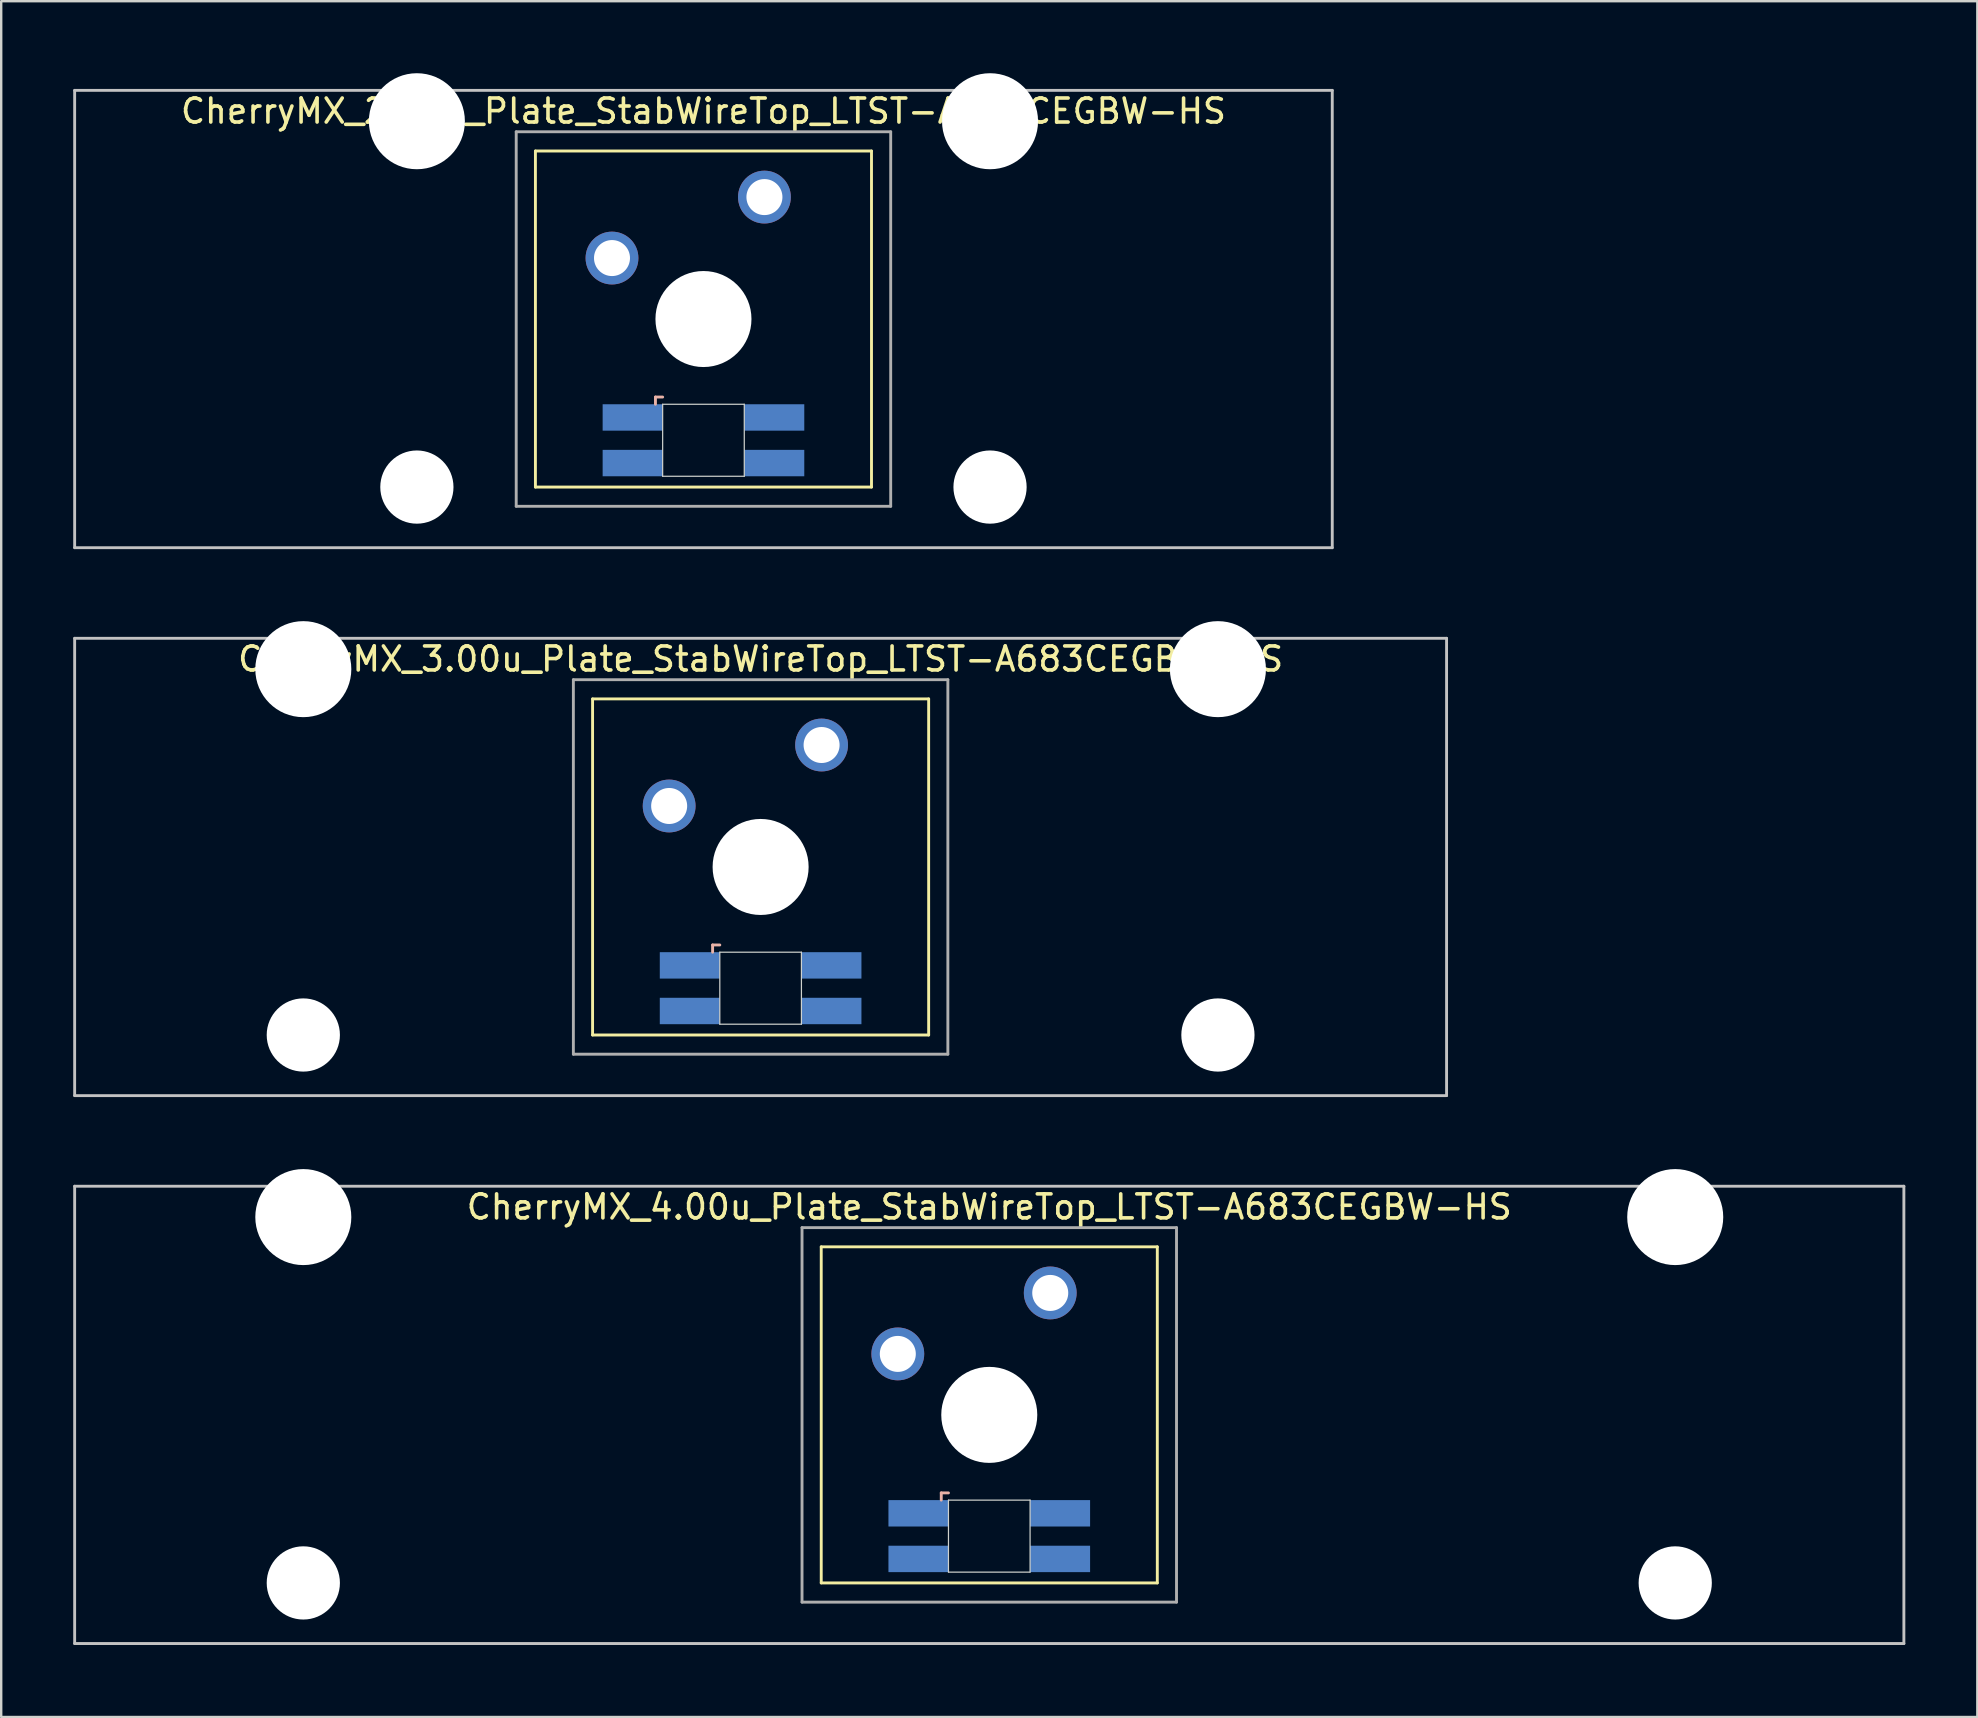
<source format=kicad_pcb>
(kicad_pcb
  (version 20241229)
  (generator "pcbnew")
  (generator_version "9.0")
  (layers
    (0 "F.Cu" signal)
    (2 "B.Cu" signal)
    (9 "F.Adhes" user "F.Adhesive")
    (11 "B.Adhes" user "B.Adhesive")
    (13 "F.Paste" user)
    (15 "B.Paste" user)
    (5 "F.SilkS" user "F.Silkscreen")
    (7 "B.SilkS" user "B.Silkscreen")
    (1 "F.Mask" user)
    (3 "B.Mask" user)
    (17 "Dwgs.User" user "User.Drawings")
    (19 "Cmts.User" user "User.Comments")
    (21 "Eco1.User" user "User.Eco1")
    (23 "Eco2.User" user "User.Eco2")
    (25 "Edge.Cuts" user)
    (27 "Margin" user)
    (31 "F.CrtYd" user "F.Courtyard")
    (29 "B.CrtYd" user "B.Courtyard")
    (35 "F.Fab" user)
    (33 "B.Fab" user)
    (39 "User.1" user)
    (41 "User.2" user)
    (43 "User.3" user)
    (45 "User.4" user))
  (footprint "CherryMX_2.75u_Plate_StabWireTop_LTST-A683CEGBW-HS"
    (layer "F.Cu")
    (at 26.254 10.24)
    (property "Reference" "CherryMX_2.75u_Plate_StabWireTop_LTST-A683CEGBW-HS" (at 0 -8.662 0) (layer "F.SilkS") (effects (font (size 1 1) (thickness 0.15))))
    (attr through_hole)
    (fp_line (start -7 -7) (end -7 7) (stroke (width 0.12) (type solid)) (layer "F.SilkS"))
    (fp_line (start -7 -7) (end 7 -7) (stroke (width 0.12) (type solid)) (layer "F.SilkS"))
    (fp_line (start 7 -7) (end 7 7) (stroke (width 0.12) (type solid)) (layer "F.SilkS"))
    (fp_line (start 7 7) (end -7 7) (stroke (width 0.12) (type solid)) (layer "F.SilkS"))
    (fp_line (start -2 3.25) (end -2 3.55) (stroke (width 0.12) (type solid)) (layer "B.SilkS"))
    (fp_line (start -1.7 3.25) (end -2 3.25) (stroke (width 0.12) (type solid)) (layer "B.SilkS"))
    (fp_line (start -26.194 -9.525) (end 26.194 -9.525) (stroke (width 0.12) (type solid)) (layer "Dwgs.User"))
    (fp_line (start -26.194 9.525) (end -26.194 -9.525) (stroke (width 0.12) (type solid)) (layer "Dwgs.User"))
    (fp_line (start 26.194 -9.525) (end 26.194 9.525) (stroke (width 0.12) (type solid)) (layer "Dwgs.User"))
    (fp_line (start 26.194 9.525) (end -26.194 9.525) (stroke (width 0.12) (type solid)) (layer "Dwgs.User"))
    (fp_line (start -1.7 3.55) (end 1.7 3.55) (stroke (width 0.05) (type solid)) (layer "Edge.Cuts"))
    (fp_line (start -1.7 6.55) (end -1.7 3.55) (stroke (width 0.05) (type solid)) (layer "Edge.Cuts"))
    (fp_line (start 1.7 3.55) (end 1.7 6.55) (stroke (width 0.05) (type solid)) (layer "Edge.Cuts"))
    (fp_line (start 1.7 6.55) (end -1.7 6.55) (stroke (width 0.05) (type solid)) (layer "Edge.Cuts"))
    (fp_line (start -7.8 -7.8) (end -7.8 7.8) (stroke (width 0.12) (type solid)) (layer "F.Fab"))
    (fp_line (start -7.8 -7.8) (end 7.8 -7.8) (stroke (width 0.12) (type solid)) (layer "F.Fab"))
    (fp_line (start -7.8 7.8) (end 7.8 7.8) (stroke (width 0.12) (type solid)) (layer "F.Fab"))
    (fp_line (start 7.8 -7.8) (end 7.8 7.8) (stroke (width 0.12) (type solid)) (layer "F.Fab"))
    (pad "" np_thru_hole circle (at -11.938 -8.24) (size 4 4) (drill 4) (layers "*.Cu" "*.Mask"))
    (pad "" np_thru_hole circle (at -11.938 7) (size 3.05 3.05) (drill 3.05) (layers "*.Cu" "*.Mask"))
    (pad "" np_thru_hole circle (at 0 0) (size 4 4) (drill 4) (layers "*.Cu" "*.Mask"))
    (pad "" np_thru_hole circle (at 11.938 -8.24) (size 4 4) (drill 4) (layers "*.Cu" "*.Mask"))
    (pad "" np_thru_hole circle (at 11.938 7) (size 3.05 3.05) (drill 3.05) (layers "*.Cu" "*.Mask"))
    (pad "1" thru_hole circle (at -3.81 -2.54) (size 2.2 2.2) (drill 1.5) (layers "*.Cu" "*.Mask"))
    (pad "2" thru_hole circle (at 2.54 -5.08) (size 2.2 2.2) (drill 1.5) (layers "*.Cu" "*.Mask"))
    (pad "3" smd rect (at -2.95 4.1) (size 2.5 1.1) (layers "B.Cu" "B.Mask" "B.Paste"))
    (pad "4" smd rect (at -2.95 6) (size 2.5 1.1) (layers "B.Cu" "B.Mask" "B.Paste"))
    (pad "5" smd rect (at 2.95 4.1) (size 2.5 1.1) (layers "B.Cu" "B.Mask" "B.Paste"))
    (pad "6" smd rect (at 2.95 6) (size 2.5 1.1) (layers "B.Cu" "B.Mask" "B.Paste")))
  (footprint "CherryMX_3.00u_Plate_StabWireTop_LTST-A683CEGBW-HS"
    (layer "F.Cu")
    (at 28.635 33.065)
    (property "Reference" "CherryMX_3.00u_Plate_StabWireTop_LTST-A683CEGBW-HS" (at 0 -8.662 0) (layer "F.SilkS") (effects (font (size 1 1) (thickness 0.15))))
    (attr through_hole)
    (fp_line (start -7 -7) (end -7 7) (stroke (width 0.12) (type solid)) (layer "F.SilkS"))
    (fp_line (start -7 -7) (end 7 -7) (stroke (width 0.12) (type solid)) (layer "F.SilkS"))
    (fp_line (start 7 -7) (end 7 7) (stroke (width 0.12) (type solid)) (layer "F.SilkS"))
    (fp_line (start 7 7) (end -7 7) (stroke (width 0.12) (type solid)) (layer "F.SilkS"))
    (fp_line (start -2 3.25) (end -2 3.55) (stroke (width 0.12) (type solid)) (layer "B.SilkS"))
    (fp_line (start -1.7 3.25) (end -2 3.25) (stroke (width 0.12) (type solid)) (layer "B.SilkS"))
    (fp_line (start -28.575 -9.525) (end 28.575 -9.525) (stroke (width 0.12) (type solid)) (layer "Dwgs.User"))
    (fp_line (start -28.575 9.525) (end -28.575 -9.525) (stroke (width 0.12) (type solid)) (layer "Dwgs.User"))
    (fp_line (start 28.575 -9.525) (end 28.575 9.525) (stroke (width 0.12) (type solid)) (layer "Dwgs.User"))
    (fp_line (start 28.575 9.525) (end -28.575 9.525) (stroke (width 0.12) (type solid)) (layer "Dwgs.User"))
    (fp_line (start -1.7 3.55) (end 1.7 3.55) (stroke (width 0.05) (type solid)) (layer "Edge.Cuts"))
    (fp_line (start -1.7 6.55) (end -1.7 3.55) (stroke (width 0.05) (type solid)) (layer "Edge.Cuts"))
    (fp_line (start 1.7 3.55) (end 1.7 6.55) (stroke (width 0.05) (type solid)) (layer "Edge.Cuts"))
    (fp_line (start 1.7 6.55) (end -1.7 6.55) (stroke (width 0.05) (type solid)) (layer "Edge.Cuts"))
    (fp_line (start -7.8 -7.8) (end -7.8 7.8) (stroke (width 0.12) (type solid)) (layer "F.Fab"))
    (fp_line (start -7.8 -7.8) (end 7.8 -7.8) (stroke (width 0.12) (type solid)) (layer "F.Fab"))
    (fp_line (start -7.8 7.8) (end 7.8 7.8) (stroke (width 0.12) (type solid)) (layer "F.Fab"))
    (fp_line (start 7.8 -7.8) (end 7.8 7.8) (stroke (width 0.12) (type solid)) (layer "F.Fab"))
    (pad "" np_thru_hole circle (at -19.05 -8.24) (size 4 4) (drill 4) (layers "*.Cu" "*.Mask"))
    (pad "" np_thru_hole circle (at -19.05 7) (size 3.05 3.05) (drill 3.05) (layers "*.Cu" "*.Mask"))
    (pad "" np_thru_hole circle (at 0 0) (size 4 4) (drill 4) (layers "*.Cu" "*.Mask"))
    (pad "" np_thru_hole circle (at 19.05 -8.24) (size 4 4) (drill 4) (layers "*.Cu" "*.Mask"))
    (pad "" np_thru_hole circle (at 19.05 7) (size 3.05 3.05) (drill 3.05) (layers "*.Cu" "*.Mask"))
    (pad "1" thru_hole circle (at -3.81 -2.54) (size 2.2 2.2) (drill 1.5) (layers "*.Cu" "*.Mask"))
    (pad "2" thru_hole circle (at 2.54 -5.08) (size 2.2 2.2) (drill 1.5) (layers "*.Cu" "*.Mask"))
    (pad "3" smd rect (at -2.95 4.1) (size 2.5 1.1) (layers "B.Cu" "B.Mask" "B.Paste"))
    (pad "4" smd rect (at -2.95 6) (size 2.5 1.1) (layers "B.Cu" "B.Mask" "B.Paste"))
    (pad "5" smd rect (at 2.95 4.1) (size 2.5 1.1) (layers "B.Cu" "B.Mask" "B.Paste"))
    (pad "6" smd rect (at 2.95 6) (size 2.5 1.1) (layers "B.Cu" "B.Mask" "B.Paste")))
  (footprint "CherryMX_4.00u_Plate_StabWireTop_LTST-A683CEGBW-HS"
    (layer "F.Cu")
    (at 38.16 55.89)
    (property "Reference" "CherryMX_4.00u_Plate_StabWireTop_LTST-A683CEGBW-HS" (at 0 -8.662 0) (layer "F.SilkS") (effects (font (size 1 1) (thickness 0.15))))
    (attr through_hole)
    (fp_line (start -7 -7) (end -7 7) (stroke (width 0.12) (type solid)) (layer "F.SilkS"))
    (fp_line (start -7 -7) (end 7 -7) (stroke (width 0.12) (type solid)) (layer "F.SilkS"))
    (fp_line (start 7 -7) (end 7 7) (stroke (width 0.12) (type solid)) (layer "F.SilkS"))
    (fp_line (start 7 7) (end -7 7) (stroke (width 0.12) (type solid)) (layer "F.SilkS"))
    (fp_line (start -2 3.25) (end -2 3.55) (stroke (width 0.12) (type solid)) (layer "B.SilkS"))
    (fp_line (start -1.7 3.25) (end -2 3.25) (stroke (width 0.12) (type solid)) (layer "B.SilkS"))
    (fp_line (start -38.1 -9.525) (end 38.1 -9.525) (stroke (width 0.12) (type solid)) (layer "Dwgs.User"))
    (fp_line (start -38.1 9.525) (end -38.1 -9.525) (stroke (width 0.12) (type solid)) (layer "Dwgs.User"))
    (fp_line (start 38.1 -9.525) (end 38.1 9.525) (stroke (width 0.12) (type solid)) (layer "Dwgs.User"))
    (fp_line (start 38.1 9.525) (end -38.1 9.525) (stroke (width 0.12) (type solid)) (layer "Dwgs.User"))
    (fp_line (start -1.7 3.55) (end 1.7 3.55) (stroke (width 0.05) (type solid)) (layer "Edge.Cuts"))
    (fp_line (start -1.7 6.55) (end -1.7 3.55) (stroke (width 0.05) (type solid)) (layer "Edge.Cuts"))
    (fp_line (start 1.7 3.55) (end 1.7 6.55) (stroke (width 0.05) (type solid)) (layer "Edge.Cuts"))
    (fp_line (start 1.7 6.55) (end -1.7 6.55) (stroke (width 0.05) (type solid)) (layer "Edge.Cuts"))
    (fp_line (start -7.8 -7.8) (end -7.8 7.8) (stroke (width 0.12) (type solid)) (layer "F.Fab"))
    (fp_line (start -7.8 -7.8) (end 7.8 -7.8) (stroke (width 0.12) (type solid)) (layer "F.Fab"))
    (fp_line (start -7.8 7.8) (end 7.8 7.8) (stroke (width 0.12) (type solid)) (layer "F.Fab"))
    (fp_line (start 7.8 -7.8) (end 7.8 7.8) (stroke (width 0.12) (type solid)) (layer "F.Fab"))
    (pad "" np_thru_hole circle (at -28.575 -8.24) (size 4 4) (drill 4) (layers "*.Cu" "*.Mask"))
    (pad "" np_thru_hole circle (at -28.575 7) (size 3.05 3.05) (drill 3.05) (layers "*.Cu" "*.Mask"))
    (pad "" np_thru_hole circle (at 0 0) (size 4 4) (drill 4) (layers "*.Cu" "*.Mask"))
    (pad "" np_thru_hole circle (at 28.575 -8.24) (size 4 4) (drill 4) (layers "*.Cu" "*.Mask"))
    (pad "" np_thru_hole circle (at 28.575 7) (size 3.05 3.05) (drill 3.05) (layers "*.Cu" "*.Mask"))
    (pad "1" thru_hole circle (at -3.81 -2.54) (size 2.2 2.2) (drill 1.5) (layers "*.Cu" "*.Mask"))
    (pad "2" thru_hole circle (at 2.54 -5.08) (size 2.2 2.2) (drill 1.5) (layers "*.Cu" "*.Mask"))
    (pad "3" smd rect (at -2.95 4.1) (size 2.5 1.1) (layers "B.Cu" "B.Mask" "B.Paste"))
    (pad "4" smd rect (at -2.95 6) (size 2.5 1.1) (layers "B.Cu" "B.Mask" "B.Paste"))
    (pad "5" smd rect (at 2.95 4.1) (size 2.5 1.1) (layers "B.Cu" "B.Mask" "B.Paste"))
    (pad "6" smd rect (at 2.95 6) (size 2.5 1.1) (layers "B.Cu" "B.Mask" "B.Paste")))
  (gr_rect
    (start -3 -3)
    (end 79.32 68.475)
    (stroke (width 0.1) (type default))
    (fill no)
    (layer "Edge.Cuts")))
</source>
